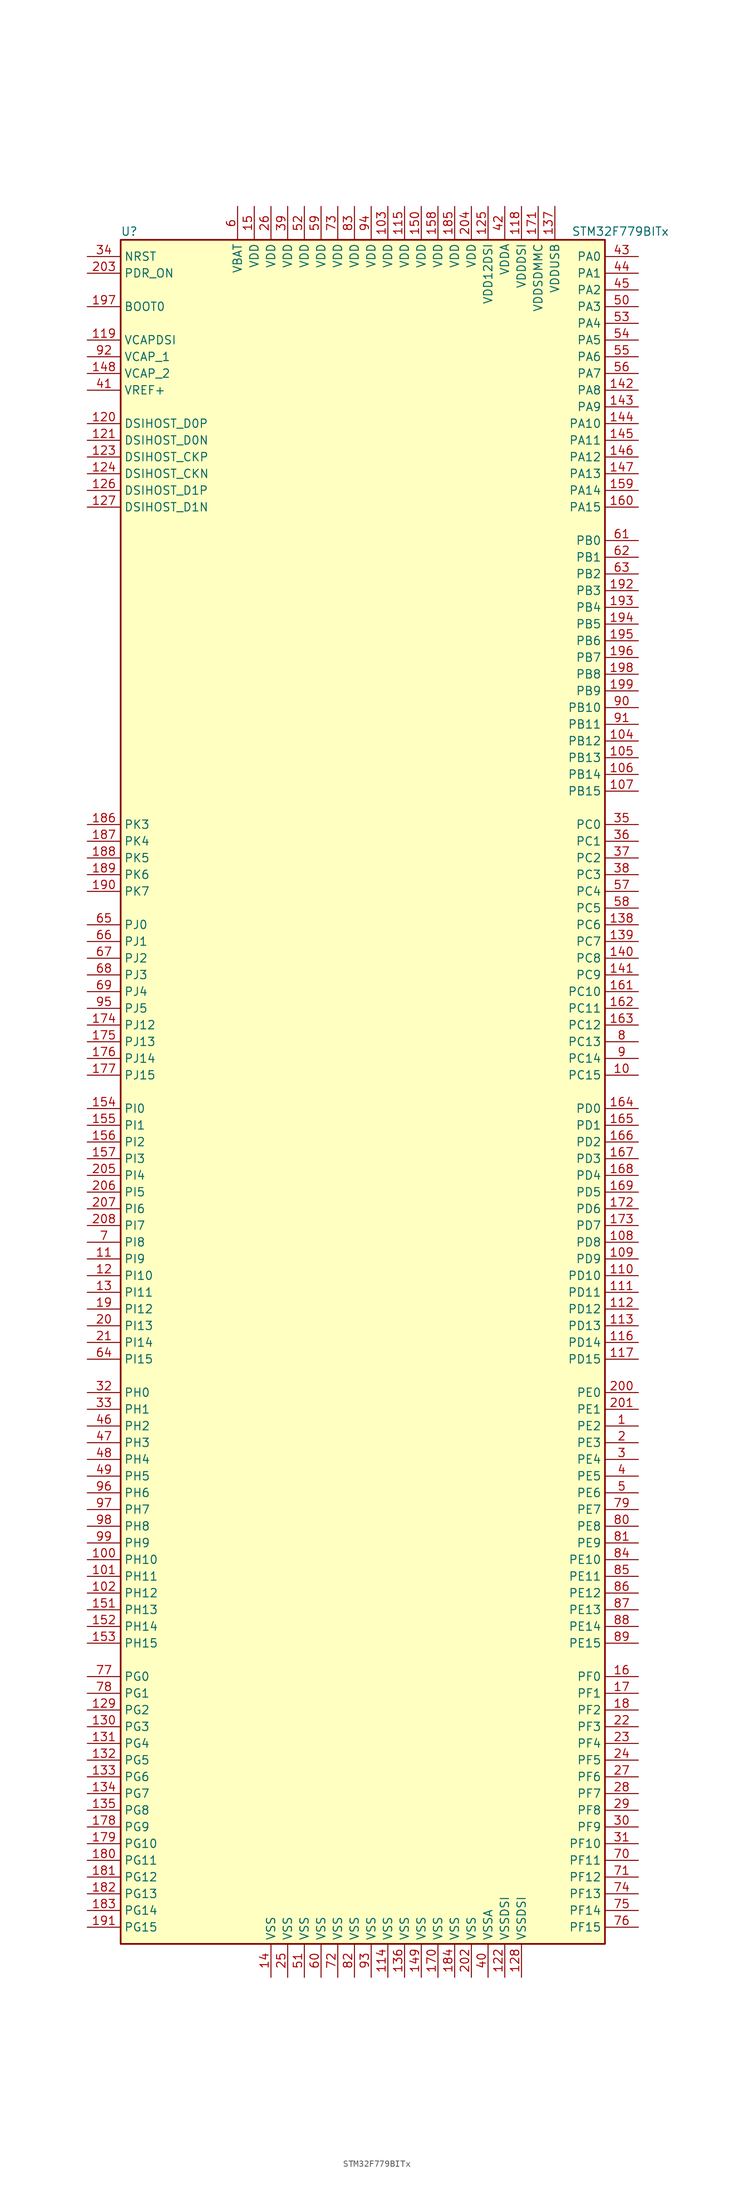
<source format=kicad_sym>
(kicad_symbol_lib
  (version 20220914)
  (generator kicad_symbol_editor)
  (symbol "STM32F779BITx"
    (property "Reference" "U"
      (at -38.1 130.81 0)
      (effects (font (size 1.27 1.27)) (justify left)))
    (property "Value" "STM32F779BITx"
      (at 30.48 130.81 0)
      (effects (font (size 1.27 1.27)) (justify left)))
    (symbol "STM32F779BITx_0_1"
      (rectangle (start -38.1 -129.54) (end 35.56 129.54) (stroke (width 0.254) (type default)) (fill (type background))))
    (symbol "STM32F779BITx_1_1"
      (pin bidirectional line (at 40.64 -50.8 180) (length 5.08) (name "PE2" (effects (font (size 1.27 1.27)))) (number "1" (effects (font (size 1.27 1.27)))))
      (pin bidirectional line (at 40.64 2.54 180) (length 5.08) (name "PC15" (effects (font (size 1.27 1.27)))) (number "10" (effects (font (size 1.27 1.27)))))
      (pin bidirectional line (at -43.18 -71.12 0) (length 5.08) (name "PH10" (effects (font (size 1.27 1.27)))) (number "100" (effects (font (size 1.27 1.27)))))
      (pin bidirectional line (at -43.18 -73.66 0) (length 5.08) (name "PH11" (effects (font (size 1.27 1.27)))) (number "101" (effects (font (size 1.27 1.27)))))
      (pin bidirectional line (at -43.18 -76.2 0) (length 5.08) (name "PH12" (effects (font (size 1.27 1.27)))) (number "102" (effects (font (size 1.27 1.27)))))
      (pin power_in line (at 2.54 134.62 270) (length 5.08) (name "VDD" (effects (font (size 1.27 1.27)))) (number "103" (effects (font (size 1.27 1.27)))))
      (pin bidirectional line (at 40.64 53.34 180) (length 5.08) (name "PB12" (effects (font (size 1.27 1.27)))) (number "104" (effects (font (size 1.27 1.27)))))
      (pin bidirectional line (at 40.64 50.8 180) (length 5.08) (name "PB13" (effects (font (size 1.27 1.27)))) (number "105" (effects (font (size 1.27 1.27)))))
      (pin bidirectional line (at 40.64 48.26 180) (length 5.08) (name "PB14" (effects (font (size 1.27 1.27)))) (number "106" (effects (font (size 1.27 1.27)))))
      (pin bidirectional line (at 40.64 45.72 180) (length 5.08) (name "PB15" (effects (font (size 1.27 1.27)))) (number "107" (effects (font (size 1.27 1.27)))))
      (pin bidirectional line (at 40.64 -22.86 180) (length 5.08) (name "PD8" (effects (font (size 1.27 1.27)))) (number "108" (effects (font (size 1.27 1.27)))))
      (pin bidirectional line (at 40.64 -25.4 180) (length 5.08) (name "PD9" (effects (font (size 1.27 1.27)))) (number "109" (effects (font (size 1.27 1.27)))))
      (pin bidirectional line (at -43.18 -25.4 0) (length 5.08) (name "PI9" (effects (font (size 1.27 1.27)))) (number "11" (effects (font (size 1.27 1.27)))))
      (pin bidirectional line (at 40.64 -27.94 180) (length 5.08) (name "PD10" (effects (font (size 1.27 1.27)))) (number "110" (effects (font (size 1.27 1.27)))))
      (pin bidirectional line (at 40.64 -30.48 180) (length 5.08) (name "PD11" (effects (font (size 1.27 1.27)))) (number "111" (effects (font (size 1.27 1.27)))))
      (pin bidirectional line (at 40.64 -33.02 180) (length 5.08) (name "PD12" (effects (font (size 1.27 1.27)))) (number "112" (effects (font (size 1.27 1.27)))))
      (pin bidirectional line (at 40.64 -35.56 180) (length 5.08) (name "PD13" (effects (font (size 1.27 1.27)))) (number "113" (effects (font (size 1.27 1.27)))))
      (pin power_in line (at 2.54 -134.62 90) (length 5.08) (name "VSS" (effects (font (size 1.27 1.27)))) (number "114" (effects (font (size 1.27 1.27)))))
      (pin power_in line (at 5.08 134.62 270) (length 5.08) (name "VDD" (effects (font (size 1.27 1.27)))) (number "115" (effects (font (size 1.27 1.27)))))
      (pin bidirectional line (at 40.64 -38.1 180) (length 5.08) (name "PD14" (effects (font (size 1.27 1.27)))) (number "116" (effects (font (size 1.27 1.27)))))
      (pin bidirectional line (at 40.64 -40.64 180) (length 5.08) (name "PD15" (effects (font (size 1.27 1.27)))) (number "117" (effects (font (size 1.27 1.27)))))
      (pin power_in line (at 22.86 134.62 270) (length 5.08) (name "VDDDSI" (effects (font (size 1.27 1.27)))) (number "118" (effects (font (size 1.27 1.27)))))
      (pin power_in line (at -43.18 114.3 0) (length 5.08) (name "VCAPDSI" (effects (font (size 1.27 1.27)))) (number "119" (effects (font (size 1.27 1.27)))))
      (pin bidirectional line (at -43.18 -27.94 0) (length 5.08) (name "PI10" (effects (font (size 1.27 1.27)))) (number "12" (effects (font (size 1.27 1.27)))))
      (pin bidirectional line (at -43.18 101.6 0) (length 5.08) (name "DSIHOST_D0P" (effects (font (size 1.27 1.27)))) (number "120" (effects (font (size 1.27 1.27)))))
      (pin bidirectional line (at -43.18 99.06 0) (length 5.08) (name "DSIHOST_D0N" (effects (font (size 1.27 1.27)))) (number "121" (effects (font (size 1.27 1.27)))))
      (pin power_in line (at 20.32 -134.62 90) (length 5.08) (name "VSSDSI" (effects (font (size 1.27 1.27)))) (number "122" (effects (font (size 1.27 1.27)))))
      (pin bidirectional line (at -43.18 96.52 0) (length 5.08) (name "DSIHOST_CKP" (effects (font (size 1.27 1.27)))) (number "123" (effects (font (size 1.27 1.27)))))
      (pin bidirectional line (at -43.18 93.98 0) (length 5.08) (name "DSIHOST_CKN" (effects (font (size 1.27 1.27)))) (number "124" (effects (font (size 1.27 1.27)))))
      (pin power_in line (at 17.78 134.62 270) (length 5.08) (name "VDD12DSI" (effects (font (size 1.27 1.27)))) (number "125" (effects (font (size 1.27 1.27)))))
      (pin bidirectional line (at -43.18 91.44 0) (length 5.08) (name "DSIHOST_D1P" (effects (font (size 1.27 1.27)))) (number "126" (effects (font (size 1.27 1.27)))))
      (pin bidirectional line (at -43.18 88.9 0) (length 5.08) (name "DSIHOST_D1N" (effects (font (size 1.27 1.27)))) (number "127" (effects (font (size 1.27 1.27)))))
      (pin power_in line (at 22.86 -134.62 90) (length 5.08) (name "VSSDSI" (effects (font (size 1.27 1.27)))) (number "128" (effects (font (size 1.27 1.27)))))
      (pin bidirectional line (at -43.18 -93.98 0) (length 5.08) (name "PG2" (effects (font (size 1.27 1.27)))) (number "129" (effects (font (size 1.27 1.27)))))
      (pin bidirectional line (at -43.18 -30.48 0) (length 5.08) (name "PI11" (effects (font (size 1.27 1.27)))) (number "13" (effects (font (size 1.27 1.27)))))
      (pin bidirectional line (at -43.18 -96.52 0) (length 5.08) (name "PG3" (effects (font (size 1.27 1.27)))) (number "130" (effects (font (size 1.27 1.27)))))
      (pin bidirectional line (at -43.18 -99.06 0) (length 5.08) (name "PG4" (effects (font (size 1.27 1.27)))) (number "131" (effects (font (size 1.27 1.27)))))
      (pin bidirectional line (at -43.18 -101.6 0) (length 5.08) (name "PG5" (effects (font (size 1.27 1.27)))) (number "132" (effects (font (size 1.27 1.27)))))
      (pin bidirectional line (at -43.18 -104.14 0) (length 5.08) (name "PG6" (effects (font (size 1.27 1.27)))) (number "133" (effects (font (size 1.27 1.27)))))
      (pin bidirectional line (at -43.18 -106.68 0) (length 5.08) (name "PG7" (effects (font (size 1.27 1.27)))) (number "134" (effects (font (size 1.27 1.27)))))
      (pin bidirectional line (at -43.18 -109.22 0) (length 5.08) (name "PG8" (effects (font (size 1.27 1.27)))) (number "135" (effects (font (size 1.27 1.27)))))
      (pin power_in line (at 5.08 -134.62 90) (length 5.08) (name "VSS" (effects (font (size 1.27 1.27)))) (number "136" (effects (font (size 1.27 1.27)))))
      (pin power_in line (at 27.94 134.62 270) (length 5.08) (name "VDDUSB" (effects (font (size 1.27 1.27)))) (number "137" (effects (font (size 1.27 1.27)))))
      (pin bidirectional line (at 40.64 25.4 180) (length 5.08) (name "PC6" (effects (font (size 1.27 1.27)))) (number "138" (effects (font (size 1.27 1.27)))))
      (pin bidirectional line (at 40.64 22.86 180) (length 5.08) (name "PC7" (effects (font (size 1.27 1.27)))) (number "139" (effects (font (size 1.27 1.27)))))
      (pin power_in line (at -15.24 -134.62 90) (length 5.08) (name "VSS" (effects (font (size 1.27 1.27)))) (number "14" (effects (font (size 1.27 1.27)))))
      (pin bidirectional line (at 40.64 20.32 180) (length 5.08) (name "PC8" (effects (font (size 1.27 1.27)))) (number "140" (effects (font (size 1.27 1.27)))))
      (pin bidirectional line (at 40.64 17.78 180) (length 5.08) (name "PC9" (effects (font (size 1.27 1.27)))) (number "141" (effects (font (size 1.27 1.27)))))
      (pin bidirectional line (at 40.64 106.68 180) (length 5.08) (name "PA8" (effects (font (size 1.27 1.27)))) (number "142" (effects (font (size 1.27 1.27)))))
      (pin bidirectional line (at 40.64 104.14 180) (length 5.08) (name "PA9" (effects (font (size 1.27 1.27)))) (number "143" (effects (font (size 1.27 1.27)))))
      (pin bidirectional line (at 40.64 101.6 180) (length 5.08) (name "PA10" (effects (font (size 1.27 1.27)))) (number "144" (effects (font (size 1.27 1.27)))))
      (pin bidirectional line (at 40.64 99.06 180) (length 5.08) (name "PA11" (effects (font (size 1.27 1.27)))) (number "145" (effects (font (size 1.27 1.27)))))
      (pin bidirectional line (at 40.64 96.52 180) (length 5.08) (name "PA12" (effects (font (size 1.27 1.27)))) (number "146" (effects (font (size 1.27 1.27)))))
      (pin bidirectional line (at 40.64 93.98 180) (length 5.08) (name "PA13" (effects (font (size 1.27 1.27)))) (number "147" (effects (font (size 1.27 1.27)))))
      (pin power_in line (at -43.18 109.22 0) (length 5.08) (name "VCAP_2" (effects (font (size 1.27 1.27)))) (number "148" (effects (font (size 1.27 1.27)))))
      (pin power_in line (at 7.62 -134.62 90) (length 5.08) (name "VSS" (effects (font (size 1.27 1.27)))) (number "149" (effects (font (size 1.27 1.27)))))
      (pin power_in line (at -17.78 134.62 270) (length 5.08) (name "VDD" (effects (font (size 1.27 1.27)))) (number "15" (effects (font (size 1.27 1.27)))))
      (pin power_in line (at 7.62 134.62 270) (length 5.08) (name "VDD" (effects (font (size 1.27 1.27)))) (number "150" (effects (font (size 1.27 1.27)))))
      (pin bidirectional line (at -43.18 -78.74 0) (length 5.08) (name "PH13" (effects (font (size 1.27 1.27)))) (number "151" (effects (font (size 1.27 1.27)))))
      (pin bidirectional line (at -43.18 -81.28 0) (length 5.08) (name "PH14" (effects (font (size 1.27 1.27)))) (number "152" (effects (font (size 1.27 1.27)))))
      (pin bidirectional line (at -43.18 -83.82 0) (length 5.08) (name "PH15" (effects (font (size 1.27 1.27)))) (number "153" (effects (font (size 1.27 1.27)))))
      (pin bidirectional line (at -43.18 -2.54 0) (length 5.08) (name "PI0" (effects (font (size 1.27 1.27)))) (number "154" (effects (font (size 1.27 1.27)))))
      (pin bidirectional line (at -43.18 -5.08 0) (length 5.08) (name "PI1" (effects (font (size 1.27 1.27)))) (number "155" (effects (font (size 1.27 1.27)))))
      (pin bidirectional line (at -43.18 -7.62 0) (length 5.08) (name "PI2" (effects (font (size 1.27 1.27)))) (number "156" (effects (font (size 1.27 1.27)))))
      (pin bidirectional line (at -43.18 -10.16 0) (length 5.08) (name "PI3" (effects (font (size 1.27 1.27)))) (number "157" (effects (font (size 1.27 1.27)))))
      (pin power_in line (at 10.16 134.62 270) (length 5.08) (name "VDD" (effects (font (size 1.27 1.27)))) (number "158" (effects (font (size 1.27 1.27)))))
      (pin bidirectional line (at 40.64 91.44 180) (length 5.08) (name "PA14" (effects (font (size 1.27 1.27)))) (number "159" (effects (font (size 1.27 1.27)))))
      (pin bidirectional line (at 40.64 -88.9 180) (length 5.08) (name "PF0" (effects (font (size 1.27 1.27)))) (number "16" (effects (font (size 1.27 1.27)))))
      (pin bidirectional line (at 40.64 88.9 180) (length 5.08) (name "PA15" (effects (font (size 1.27 1.27)))) (number "160" (effects (font (size 1.27 1.27)))))
      (pin bidirectional line (at 40.64 15.24 180) (length 5.08) (name "PC10" (effects (font (size 1.27 1.27)))) (number "161" (effects (font (size 1.27 1.27)))))
      (pin bidirectional line (at 40.64 12.7 180) (length 5.08) (name "PC11" (effects (font (size 1.27 1.27)))) (number "162" (effects (font (size 1.27 1.27)))))
      (pin bidirectional line (at 40.64 10.16 180) (length 5.08) (name "PC12" (effects (font (size 1.27 1.27)))) (number "163" (effects (font (size 1.27 1.27)))))
      (pin bidirectional line (at 40.64 -2.54 180) (length 5.08) (name "PD0" (effects (font (size 1.27 1.27)))) (number "164" (effects (font (size 1.27 1.27)))))
      (pin bidirectional line (at 40.64 -5.08 180) (length 5.08) (name "PD1" (effects (font (size 1.27 1.27)))) (number "165" (effects (font (size 1.27 1.27)))))
      (pin bidirectional line (at 40.64 -7.62 180) (length 5.08) (name "PD2" (effects (font (size 1.27 1.27)))) (number "166" (effects (font (size 1.27 1.27)))))
      (pin bidirectional line (at 40.64 -10.16 180) (length 5.08) (name "PD3" (effects (font (size 1.27 1.27)))) (number "167" (effects (font (size 1.27 1.27)))))
      (pin bidirectional line (at 40.64 -12.7 180) (length 5.08) (name "PD4" (effects (font (size 1.27 1.27)))) (number "168" (effects (font (size 1.27 1.27)))))
      (pin bidirectional line (at 40.64 -15.24 180) (length 5.08) (name "PD5" (effects (font (size 1.27 1.27)))) (number "169" (effects (font (size 1.27 1.27)))))
      (pin bidirectional line (at 40.64 -91.44 180) (length 5.08) (name "PF1" (effects (font (size 1.27 1.27)))) (number "17" (effects (font (size 1.27 1.27)))))
      (pin power_in line (at 10.16 -134.62 90) (length 5.08) (name "VSS" (effects (font (size 1.27 1.27)))) (number "170" (effects (font (size 1.27 1.27)))))
      (pin power_in line (at 25.4 134.62 270) (length 5.08) (name "VDDSDMMC" (effects (font (size 1.27 1.27)))) (number "171" (effects (font (size 1.27 1.27)))))
      (pin bidirectional line (at 40.64 -17.78 180) (length 5.08) (name "PD6" (effects (font (size 1.27 1.27)))) (number "172" (effects (font (size 1.27 1.27)))))
      (pin bidirectional line (at 40.64 -20.32 180) (length 5.08) (name "PD7" (effects (font (size 1.27 1.27)))) (number "173" (effects (font (size 1.27 1.27)))))
      (pin bidirectional line (at -43.18 10.16 0) (length 5.08) (name "PJ12" (effects (font (size 1.27 1.27)))) (number "174" (effects (font (size 1.27 1.27)))))
      (pin bidirectional line (at -43.18 7.62 0) (length 5.08) (name "PJ13" (effects (font (size 1.27 1.27)))) (number "175" (effects (font (size 1.27 1.27)))))
      (pin bidirectional line (at -43.18 5.08 0) (length 5.08) (name "PJ14" (effects (font (size 1.27 1.27)))) (number "176" (effects (font (size 1.27 1.27)))))
      (pin bidirectional line (at -43.18 2.54 0) (length 5.08) (name "PJ15" (effects (font (size 1.27 1.27)))) (number "177" (effects (font (size 1.27 1.27)))))
      (pin bidirectional line (at -43.18 -111.76 0) (length 5.08) (name "PG9" (effects (font (size 1.27 1.27)))) (number "178" (effects (font (size 1.27 1.27)))))
      (pin bidirectional line (at -43.18 -114.3 0) (length 5.08) (name "PG10" (effects (font (size 1.27 1.27)))) (number "179" (effects (font (size 1.27 1.27)))))
      (pin bidirectional line (at 40.64 -93.98 180) (length 5.08) (name "PF2" (effects (font (size 1.27 1.27)))) (number "18" (effects (font (size 1.27 1.27)))))
      (pin bidirectional line (at -43.18 -116.84 0) (length 5.08) (name "PG11" (effects (font (size 1.27 1.27)))) (number "180" (effects (font (size 1.27 1.27)))))
      (pin bidirectional line (at -43.18 -119.38 0) (length 5.08) (name "PG12" (effects (font (size 1.27 1.27)))) (number "181" (effects (font (size 1.27 1.27)))))
      (pin bidirectional line (at -43.18 -121.92 0) (length 5.08) (name "PG13" (effects (font (size 1.27 1.27)))) (number "182" (effects (font (size 1.27 1.27)))))
      (pin bidirectional line (at -43.18 -124.46 0) (length 5.08) (name "PG14" (effects (font (size 1.27 1.27)))) (number "183" (effects (font (size 1.27 1.27)))))
      (pin power_in line (at 12.7 -134.62 90) (length 5.08) (name "VSS" (effects (font (size 1.27 1.27)))) (number "184" (effects (font (size 1.27 1.27)))))
      (pin power_in line (at 12.7 134.62 270) (length 5.08) (name "VDD" (effects (font (size 1.27 1.27)))) (number "185" (effects (font (size 1.27 1.27)))))
      (pin bidirectional line (at -43.18 40.64 0) (length 5.08) (name "PK3" (effects (font (size 1.27 1.27)))) (number "186" (effects (font (size 1.27 1.27)))))
      (pin bidirectional line (at -43.18 38.1 0) (length 5.08) (name "PK4" (effects (font (size 1.27 1.27)))) (number "187" (effects (font (size 1.27 1.27)))))
      (pin bidirectional line (at -43.18 35.56 0) (length 5.08) (name "PK5" (effects (font (size 1.27 1.27)))) (number "188" (effects (font (size 1.27 1.27)))))
      (pin bidirectional line (at -43.18 33.02 0) (length 5.08) (name "PK6" (effects (font (size 1.27 1.27)))) (number "189" (effects (font (size 1.27 1.27)))))
      (pin bidirectional line (at -43.18 -33.02 0) (length 5.08) (name "PI12" (effects (font (size 1.27 1.27)))) (number "19" (effects (font (size 1.27 1.27)))))
      (pin bidirectional line (at -43.18 30.48 0) (length 5.08) (name "PK7" (effects (font (size 1.27 1.27)))) (number "190" (effects (font (size 1.27 1.27)))))
      (pin bidirectional line (at -43.18 -127 0) (length 5.08) (name "PG15" (effects (font (size 1.27 1.27)))) (number "191" (effects (font (size 1.27 1.27)))))
      (pin bidirectional line (at 40.64 76.2 180) (length 5.08) (name "PB3" (effects (font (size 1.27 1.27)))) (number "192" (effects (font (size 1.27 1.27)))))
      (pin bidirectional line (at 40.64 73.66 180) (length 5.08) (name "PB4" (effects (font (size 1.27 1.27)))) (number "193" (effects (font (size 1.27 1.27)))))
      (pin bidirectional line (at 40.64 71.12 180) (length 5.08) (name "PB5" (effects (font (size 1.27 1.27)))) (number "194" (effects (font (size 1.27 1.27)))))
      (pin bidirectional line (at 40.64 68.58 180) (length 5.08) (name "PB6" (effects (font (size 1.27 1.27)))) (number "195" (effects (font (size 1.27 1.27)))))
      (pin bidirectional line (at 40.64 66.04 180) (length 5.08) (name "PB7" (effects (font (size 1.27 1.27)))) (number "196" (effects (font (size 1.27 1.27)))))
      (pin input line (at -43.18 119.38 0) (length 5.08) (name "BOOT0" (effects (font (size 1.27 1.27)))) (number "197" (effects (font (size 1.27 1.27)))))
      (pin bidirectional line (at 40.64 63.5 180) (length 5.08) (name "PB8" (effects (font (size 1.27 1.27)))) (number "198" (effects (font (size 1.27 1.27)))))
      (pin bidirectional line (at 40.64 60.96 180) (length 5.08) (name "PB9" (effects (font (size 1.27 1.27)))) (number "199" (effects (font (size 1.27 1.27)))))
      (pin bidirectional line (at 40.64 -53.34 180) (length 5.08) (name "PE3" (effects (font (size 1.27 1.27)))) (number "2" (effects (font (size 1.27 1.27)))))
      (pin bidirectional line (at -43.18 -35.56 0) (length 5.08) (name "PI13" (effects (font (size 1.27 1.27)))) (number "20" (effects (font (size 1.27 1.27)))))
      (pin bidirectional line (at 40.64 -45.72 180) (length 5.08) (name "PE0" (effects (font (size 1.27 1.27)))) (number "200" (effects (font (size 1.27 1.27)))))
      (pin bidirectional line (at 40.64 -48.26 180) (length 5.08) (name "PE1" (effects (font (size 1.27 1.27)))) (number "201" (effects (font (size 1.27 1.27)))))
      (pin power_in line (at 15.24 -134.62 90) (length 5.08) (name "VSS" (effects (font (size 1.27 1.27)))) (number "202" (effects (font (size 1.27 1.27)))))
      (pin input line (at -43.18 124.46 0) (length 5.08) (name "PDR_ON" (effects (font (size 1.27 1.27)))) (number "203" (effects (font (size 1.27 1.27)))))
      (pin power_in line (at 15.24 134.62 270) (length 5.08) (name "VDD" (effects (font (size 1.27 1.27)))) (number "204" (effects (font (size 1.27 1.27)))))
      (pin bidirectional line (at -43.18 -12.7 0) (length 5.08) (name "PI4" (effects (font (size 1.27 1.27)))) (number "205" (effects (font (size 1.27 1.27)))))
      (pin bidirectional line (at -43.18 -15.24 0) (length 5.08) (name "PI5" (effects (font (size 1.27 1.27)))) (number "206" (effects (font (size 1.27 1.27)))))
      (pin bidirectional line (at -43.18 -17.78 0) (length 5.08) (name "PI6" (effects (font (size 1.27 1.27)))) (number "207" (effects (font (size 1.27 1.27)))))
      (pin bidirectional line (at -43.18 -20.32 0) (length 5.08) (name "PI7" (effects (font (size 1.27 1.27)))) (number "208" (effects (font (size 1.27 1.27)))))
      (pin bidirectional line (at -43.18 -38.1 0) (length 5.08) (name "PI14" (effects (font (size 1.27 1.27)))) (number "21" (effects (font (size 1.27 1.27)))))
      (pin bidirectional line (at 40.64 -96.52 180) (length 5.08) (name "PF3" (effects (font (size 1.27 1.27)))) (number "22" (effects (font (size 1.27 1.27)))))
      (pin bidirectional line (at 40.64 -99.06 180) (length 5.08) (name "PF4" (effects (font (size 1.27 1.27)))) (number "23" (effects (font (size 1.27 1.27)))))
      (pin bidirectional line (at 40.64 -101.6 180) (length 5.08) (name "PF5" (effects (font (size 1.27 1.27)))) (number "24" (effects (font (size 1.27 1.27)))))
      (pin power_in line (at -12.7 -134.62 90) (length 5.08) (name "VSS" (effects (font (size 1.27 1.27)))) (number "25" (effects (font (size 1.27 1.27)))))
      (pin power_in line (at -15.24 134.62 270) (length 5.08) (name "VDD" (effects (font (size 1.27 1.27)))) (number "26" (effects (font (size 1.27 1.27)))))
      (pin bidirectional line (at 40.64 -104.14 180) (length 5.08) (name "PF6" (effects (font (size 1.27 1.27)))) (number "27" (effects (font (size 1.27 1.27)))))
      (pin bidirectional line (at 40.64 -106.68 180) (length 5.08) (name "PF7" (effects (font (size 1.27 1.27)))) (number "28" (effects (font (size 1.27 1.27)))))
      (pin bidirectional line (at 40.64 -109.22 180) (length 5.08) (name "PF8" (effects (font (size 1.27 1.27)))) (number "29" (effects (font (size 1.27 1.27)))))
      (pin bidirectional line (at 40.64 -55.88 180) (length 5.08) (name "PE4" (effects (font (size 1.27 1.27)))) (number "3" (effects (font (size 1.27 1.27)))))
      (pin bidirectional line (at 40.64 -111.76 180) (length 5.08) (name "PF9" (effects (font (size 1.27 1.27)))) (number "30" (effects (font (size 1.27 1.27)))))
      (pin bidirectional line (at 40.64 -114.3 180) (length 5.08) (name "PF10" (effects (font (size 1.27 1.27)))) (number "31" (effects (font (size 1.27 1.27)))))
      (pin input line (at -43.18 -45.72 0) (length 5.08) (name "PH0" (effects (font (size 1.27 1.27)))) (number "32" (effects (font (size 1.27 1.27)))))
      (pin input line (at -43.18 -48.26 0) (length 5.08) (name "PH1" (effects (font (size 1.27 1.27)))) (number "33" (effects (font (size 1.27 1.27)))))
      (pin input line (at -43.18 127 0) (length 5.08) (name "NRST" (effects (font (size 1.27 1.27)))) (number "34" (effects (font (size 1.27 1.27)))))
      (pin bidirectional line (at 40.64 40.64 180) (length 5.08) (name "PC0" (effects (font (size 1.27 1.27)))) (number "35" (effects (font (size 1.27 1.27)))))
      (pin bidirectional line (at 40.64 38.1 180) (length 5.08) (name "PC1" (effects (font (size 1.27 1.27)))) (number "36" (effects (font (size 1.27 1.27)))))
      (pin bidirectional line (at 40.64 35.56 180) (length 5.08) (name "PC2" (effects (font (size 1.27 1.27)))) (number "37" (effects (font (size 1.27 1.27)))))
      (pin bidirectional line (at 40.64 33.02 180) (length 5.08) (name "PC3" (effects (font (size 1.27 1.27)))) (number "38" (effects (font (size 1.27 1.27)))))
      (pin power_in line (at -12.7 134.62 270) (length 5.08) (name "VDD" (effects (font (size 1.27 1.27)))) (number "39" (effects (font (size 1.27 1.27)))))
      (pin bidirectional line (at 40.64 -58.42 180) (length 5.08) (name "PE5" (effects (font (size 1.27 1.27)))) (number "4" (effects (font (size 1.27 1.27)))))
      (pin power_in line (at 17.78 -134.62 90) (length 5.08) (name "VSSA" (effects (font (size 1.27 1.27)))) (number "40" (effects (font (size 1.27 1.27)))))
      (pin power_in line (at -43.18 106.68 0) (length 5.08) (name "VREF+" (effects (font (size 1.27 1.27)))) (number "41" (effects (font (size 1.27 1.27)))))
      (pin power_in line (at 20.32 134.62 270) (length 5.08) (name "VDDA" (effects (font (size 1.27 1.27)))) (number "42" (effects (font (size 1.27 1.27)))))
      (pin bidirectional line (at 40.64 127 180) (length 5.08) (name "PA0" (effects (font (size 1.27 1.27)))) (number "43" (effects (font (size 1.27 1.27)))))
      (pin bidirectional line (at 40.64 124.46 180) (length 5.08) (name "PA1" (effects (font (size 1.27 1.27)))) (number "44" (effects (font (size 1.27 1.27)))))
      (pin bidirectional line (at 40.64 121.92 180) (length 5.08) (name "PA2" (effects (font (size 1.27 1.27)))) (number "45" (effects (font (size 1.27 1.27)))))
      (pin bidirectional line (at -43.18 -50.8 0) (length 5.08) (name "PH2" (effects (font (size 1.27 1.27)))) (number "46" (effects (font (size 1.27 1.27)))))
      (pin bidirectional line (at -43.18 -53.34 0) (length 5.08) (name "PH3" (effects (font (size 1.27 1.27)))) (number "47" (effects (font (size 1.27 1.27)))))
      (pin bidirectional line (at -43.18 -55.88 0) (length 5.08) (name "PH4" (effects (font (size 1.27 1.27)))) (number "48" (effects (font (size 1.27 1.27)))))
      (pin bidirectional line (at -43.18 -58.42 0) (length 5.08) (name "PH5" (effects (font (size 1.27 1.27)))) (number "49" (effects (font (size 1.27 1.27)))))
      (pin bidirectional line (at 40.64 -60.96 180) (length 5.08) (name "PE6" (effects (font (size 1.27 1.27)))) (number "5" (effects (font (size 1.27 1.27)))))
      (pin bidirectional line (at 40.64 119.38 180) (length 5.08) (name "PA3" (effects (font (size 1.27 1.27)))) (number "50" (effects (font (size 1.27 1.27)))))
      (pin power_in line (at -10.16 -134.62 90) (length 5.08) (name "VSS" (effects (font (size 1.27 1.27)))) (number "51" (effects (font (size 1.27 1.27)))))
      (pin power_in line (at -10.16 134.62 270) (length 5.08) (name "VDD" (effects (font (size 1.27 1.27)))) (number "52" (effects (font (size 1.27 1.27)))))
      (pin bidirectional line (at 40.64 116.84 180) (length 5.08) (name "PA4" (effects (font (size 1.27 1.27)))) (number "53" (effects (font (size 1.27 1.27)))))
      (pin bidirectional line (at 40.64 114.3 180) (length 5.08) (name "PA5" (effects (font (size 1.27 1.27)))) (number "54" (effects (font (size 1.27 1.27)))))
      (pin bidirectional line (at 40.64 111.76 180) (length 5.08) (name "PA6" (effects (font (size 1.27 1.27)))) (number "55" (effects (font (size 1.27 1.27)))))
      (pin bidirectional line (at 40.64 109.22 180) (length 5.08) (name "PA7" (effects (font (size 1.27 1.27)))) (number "56" (effects (font (size 1.27 1.27)))))
      (pin bidirectional line (at 40.64 30.48 180) (length 5.08) (name "PC4" (effects (font (size 1.27 1.27)))) (number "57" (effects (font (size 1.27 1.27)))))
      (pin bidirectional line (at 40.64 27.94 180) (length 5.08) (name "PC5" (effects (font (size 1.27 1.27)))) (number "58" (effects (font (size 1.27 1.27)))))
      (pin power_in line (at -7.62 134.62 270) (length 5.08) (name "VDD" (effects (font (size 1.27 1.27)))) (number "59" (effects (font (size 1.27 1.27)))))
      (pin power_in line (at -20.32 134.62 270) (length 5.08) (name "VBAT" (effects (font (size 1.27 1.27)))) (number "6" (effects (font (size 1.27 1.27)))))
      (pin power_in line (at -7.62 -134.62 90) (length 5.08) (name "VSS" (effects (font (size 1.27 1.27)))) (number "60" (effects (font (size 1.27 1.27)))))
      (pin bidirectional line (at 40.64 83.82 180) (length 5.08) (name "PB0" (effects (font (size 1.27 1.27)))) (number "61" (effects (font (size 1.27 1.27)))))
      (pin bidirectional line (at 40.64 81.28 180) (length 5.08) (name "PB1" (effects (font (size 1.27 1.27)))) (number "62" (effects (font (size 1.27 1.27)))))
      (pin bidirectional line (at 40.64 78.74 180) (length 5.08) (name "PB2" (effects (font (size 1.27 1.27)))) (number "63" (effects (font (size 1.27 1.27)))))
      (pin bidirectional line (at -43.18 -40.64 0) (length 5.08) (name "PI15" (effects (font (size 1.27 1.27)))) (number "64" (effects (font (size 1.27 1.27)))))
      (pin bidirectional line (at -43.18 25.4 0) (length 5.08) (name "PJ0" (effects (font (size 1.27 1.27)))) (number "65" (effects (font (size 1.27 1.27)))))
      (pin bidirectional line (at -43.18 22.86 0) (length 5.08) (name "PJ1" (effects (font (size 1.27 1.27)))) (number "66" (effects (font (size 1.27 1.27)))))
      (pin bidirectional line (at -43.18 20.32 0) (length 5.08) (name "PJ2" (effects (font (size 1.27 1.27)))) (number "67" (effects (font (size 1.27 1.27)))))
      (pin bidirectional line (at -43.18 17.78 0) (length 5.08) (name "PJ3" (effects (font (size 1.27 1.27)))) (number "68" (effects (font (size 1.27 1.27)))))
      (pin bidirectional line (at -43.18 15.24 0) (length 5.08) (name "PJ4" (effects (font (size 1.27 1.27)))) (number "69" (effects (font (size 1.27 1.27)))))
      (pin bidirectional line (at -43.18 -22.86 0) (length 5.08) (name "PI8" (effects (font (size 1.27 1.27)))) (number "7" (effects (font (size 1.27 1.27)))))
      (pin bidirectional line (at 40.64 -116.84 180) (length 5.08) (name "PF11" (effects (font (size 1.27 1.27)))) (number "70" (effects (font (size 1.27 1.27)))))
      (pin bidirectional line (at 40.64 -119.38 180) (length 5.08) (name "PF12" (effects (font (size 1.27 1.27)))) (number "71" (effects (font (size 1.27 1.27)))))
      (pin power_in line (at -5.08 -134.62 90) (length 5.08) (name "VSS" (effects (font (size 1.27 1.27)))) (number "72" (effects (font (size 1.27 1.27)))))
      (pin power_in line (at -5.08 134.62 270) (length 5.08) (name "VDD" (effects (font (size 1.27 1.27)))) (number "73" (effects (font (size 1.27 1.27)))))
      (pin bidirectional line (at 40.64 -121.92 180) (length 5.08) (name "PF13" (effects (font (size 1.27 1.27)))) (number "74" (effects (font (size 1.27 1.27)))))
      (pin bidirectional line (at 40.64 -124.46 180) (length 5.08) (name "PF14" (effects (font (size 1.27 1.27)))) (number "75" (effects (font (size 1.27 1.27)))))
      (pin bidirectional line (at 40.64 -127 180) (length 5.08) (name "PF15" (effects (font (size 1.27 1.27)))) (number "76" (effects (font (size 1.27 1.27)))))
      (pin bidirectional line (at -43.18 -88.9 0) (length 5.08) (name "PG0" (effects (font (size 1.27 1.27)))) (number "77" (effects (font (size 1.27 1.27)))))
      (pin bidirectional line (at -43.18 -91.44 0) (length 5.08) (name "PG1" (effects (font (size 1.27 1.27)))) (number "78" (effects (font (size 1.27 1.27)))))
      (pin bidirectional line (at 40.64 -63.5 180) (length 5.08) (name "PE7" (effects (font (size 1.27 1.27)))) (number "79" (effects (font (size 1.27 1.27)))))
      (pin bidirectional line (at 40.64 7.62 180) (length 5.08) (name "PC13" (effects (font (size 1.27 1.27)))) (number "8" (effects (font (size 1.27 1.27)))))
      (pin bidirectional line (at 40.64 -66.04 180) (length 5.08) (name "PE8" (effects (font (size 1.27 1.27)))) (number "80" (effects (font (size 1.27 1.27)))))
      (pin bidirectional line (at 40.64 -68.58 180) (length 5.08) (name "PE9" (effects (font (size 1.27 1.27)))) (number "81" (effects (font (size 1.27 1.27)))))
      (pin power_in line (at -2.54 -134.62 90) (length 5.08) (name "VSS" (effects (font (size 1.27 1.27)))) (number "82" (effects (font (size 1.27 1.27)))))
      (pin power_in line (at -2.54 134.62 270) (length 5.08) (name "VDD" (effects (font (size 1.27 1.27)))) (number "83" (effects (font (size 1.27 1.27)))))
      (pin bidirectional line (at 40.64 -71.12 180) (length 5.08) (name "PE10" (effects (font (size 1.27 1.27)))) (number "84" (effects (font (size 1.27 1.27)))))
      (pin bidirectional line (at 40.64 -73.66 180) (length 5.08) (name "PE11" (effects (font (size 1.27 1.27)))) (number "85" (effects (font (size 1.27 1.27)))))
      (pin bidirectional line (at 40.64 -76.2 180) (length 5.08) (name "PE12" (effects (font (size 1.27 1.27)))) (number "86" (effects (font (size 1.27 1.27)))))
      (pin bidirectional line (at 40.64 -78.74 180) (length 5.08) (name "PE13" (effects (font (size 1.27 1.27)))) (number "87" (effects (font (size 1.27 1.27)))))
      (pin bidirectional line (at 40.64 -81.28 180) (length 5.08) (name "PE14" (effects (font (size 1.27 1.27)))) (number "88" (effects (font (size 1.27 1.27)))))
      (pin bidirectional line (at 40.64 -83.82 180) (length 5.08) (name "PE15" (effects (font (size 1.27 1.27)))) (number "89" (effects (font (size 1.27 1.27)))))
      (pin bidirectional line (at 40.64 5.08 180) (length 5.08) (name "PC14" (effects (font (size 1.27 1.27)))) (number "9" (effects (font (size 1.27 1.27)))))
      (pin bidirectional line (at 40.64 58.42 180) (length 5.08) (name "PB10" (effects (font (size 1.27 1.27)))) (number "90" (effects (font (size 1.27 1.27)))))
      (pin bidirectional line (at 40.64 55.88 180) (length 5.08) (name "PB11" (effects (font (size 1.27 1.27)))) (number "91" (effects (font (size 1.27 1.27)))))
      (pin power_in line (at -43.18 111.76 0) (length 5.08) (name "VCAP_1" (effects (font (size 1.27 1.27)))) (number "92" (effects (font (size 1.27 1.27)))))
      (pin power_in line (at 0 -134.62 90) (length 5.08) (name "VSS" (effects (font (size 1.27 1.27)))) (number "93" (effects (font (size 1.27 1.27)))))
      (pin power_in line (at 0 134.62 270) (length 5.08) (name "VDD" (effects (font (size 1.27 1.27)))) (number "94" (effects (font (size 1.27 1.27)))))
      (pin bidirectional line (at -43.18 12.7 0) (length 5.08) (name "PJ5" (effects (font (size 1.27 1.27)))) (number "95" (effects (font (size 1.27 1.27)))))
      (pin bidirectional line (at -43.18 -60.96 0) (length 5.08) (name "PH6" (effects (font (size 1.27 1.27)))) (number "96" (effects (font (size 1.27 1.27)))))
      (pin bidirectional line (at -43.18 -63.5 0) (length 5.08) (name "PH7" (effects (font (size 1.27 1.27)))) (number "97" (effects (font (size 1.27 1.27)))))
      (pin bidirectional line (at -43.18 -66.04 0) (length 5.08) (name "PH8" (effects (font (size 1.27 1.27)))) (number "98" (effects (font (size 1.27 1.27)))))
      (pin bidirectional line (at -43.18 -68.58 0) (length 5.08) (name "PH9" (effects (font (size 1.27 1.27)))) (number "99" (effects (font (size 1.27 1.27))))))))
</source>
